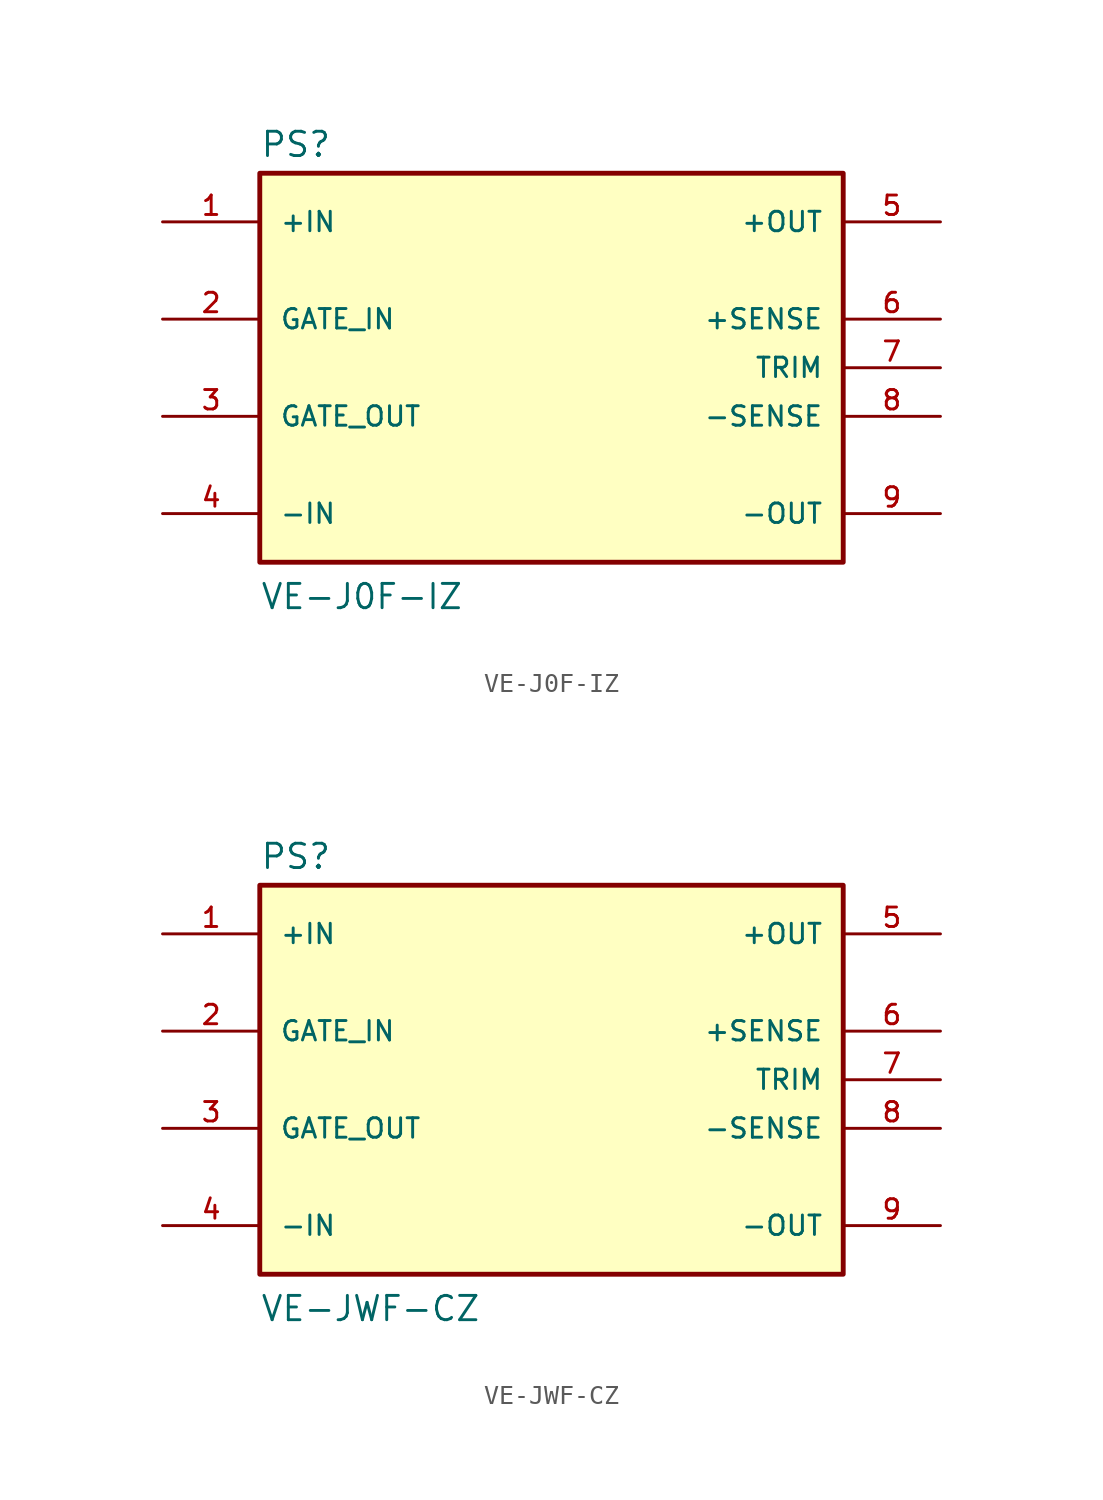
<source format=kicad_sym>
(kicad_symbol_lib
  (version 20231120)
  (generator "kicad_symbol_editor")
  (generator_version "8.0")
  (symbol "VE-J0F-IZ"
    (pin_names
      (offset 1.016))
    (property "Reference" "PS"
      (at -15.24 10.922 0)
      (effects (font (size 1.27 1.27)) (justify left bottom)))
    (property "Value" "VE-J0F-IZ"
      (at -15.24 -12.7 0)
      (effects (font (size 1.27 1.27)) (justify left bottom)))
    (symbol "VE-J0F-IZ_0_0"
      (rectangle (start -15.24 -10.16) (end 15.24 10.16) (stroke (width 0.254) (type default)) (fill (type background)))
      (pin input line (at -20.32 7.62 0) (length 5.08) (name "+IN" (effects (font (size 1.016 1.016)))) (number "1" (effects (font (size 1.016 1.016)))))
      (pin input line (at -20.32 2.54 0) (length 5.08) (name "GATE_IN" (effects (font (size 1.016 1.016)))) (number "2" (effects (font (size 1.016 1.016)))))
      (pin output line (at -20.32 -2.54 0) (length 5.08) (name "GATE_OUT" (effects (font (size 1.016 1.016)))) (number "3" (effects (font (size 1.016 1.016)))))
      (pin input line (at -20.32 -7.62 0) (length 5.08) (name "-IN" (effects (font (size 1.016 1.016)))) (number "4" (effects (font (size 1.016 1.016)))))
      (pin output line (at 20.32 7.62 180) (length 5.08) (name "+OUT" (effects (font (size 1.016 1.016)))) (number "5" (effects (font (size 1.016 1.016)))))
      (pin input line (at 20.32 2.54 180) (length 5.08) (name "+SENSE" (effects (font (size 1.016 1.016)))) (number "6" (effects (font (size 1.016 1.016)))))
      (pin input line (at 20.32 0 180) (length 5.08) (name "TRIM" (effects (font (size 1.016 1.016)))) (number "7" (effects (font (size 1.016 1.016)))))
      (pin input line (at 20.32 -2.54 180) (length 5.08) (name "-SENSE" (effects (font (size 1.016 1.016)))) (number "8" (effects (font (size 1.016 1.016)))))
      (pin output line (at 20.32 -7.62 180) (length 5.08) (name "-OUT" (effects (font (size 1.016 1.016)))) (number "9" (effects (font (size 1.016 1.016)))))))
  (symbol "VE-JWF-CZ"
    (pin_names
      (offset 1.016))
    (property "Reference" "PS"
      (at -15.24 10.922 0)
      (effects (font (size 1.27 1.27)) (justify left bottom)))
    (property "Value" "VE-JWF-CZ"
      (at -15.24 -12.7 0)
      (effects (font (size 1.27 1.27)) (justify left bottom)))
    (symbol "VE-JWF-CZ_0_0"
      (rectangle (start -15.24 -10.16) (end 15.24 10.16) (stroke (width 0.254) (type default)) (fill (type background)))
      (pin input line (at -20.32 7.62 0) (length 5.08) (name "+IN" (effects (font (size 1.016 1.016)))) (number "1" (effects (font (size 1.016 1.016)))))
      (pin input line (at -20.32 2.54 0) (length 5.08) (name "GATE_IN" (effects (font (size 1.016 1.016)))) (number "2" (effects (font (size 1.016 1.016)))))
      (pin output line (at -20.32 -2.54 0) (length 5.08) (name "GATE_OUT" (effects (font (size 1.016 1.016)))) (number "3" (effects (font (size 1.016 1.016)))))
      (pin input line (at -20.32 -7.62 0) (length 5.08) (name "-IN" (effects (font (size 1.016 1.016)))) (number "4" (effects (font (size 1.016 1.016)))))
      (pin output line (at 20.32 7.62 180) (length 5.08) (name "+OUT" (effects (font (size 1.016 1.016)))) (number "5" (effects (font (size 1.016 1.016)))))
      (pin input line (at 20.32 2.54 180) (length 5.08) (name "+SENSE" (effects (font (size 1.016 1.016)))) (number "6" (effects (font (size 1.016 1.016)))))
      (pin input line (at 20.32 0 180) (length 5.08) (name "TRIM" (effects (font (size 1.016 1.016)))) (number "7" (effects (font (size 1.016 1.016)))))
      (pin input line (at 20.32 -2.54 180) (length 5.08) (name "-SENSE" (effects (font (size 1.016 1.016)))) (number "8" (effects (font (size 1.016 1.016)))))
      (pin output line (at 20.32 -7.62 180) (length 5.08) (name "-OUT" (effects (font (size 1.016 1.016)))) (number "9" (effects (font (size 1.016 1.016))))))))
</source>
